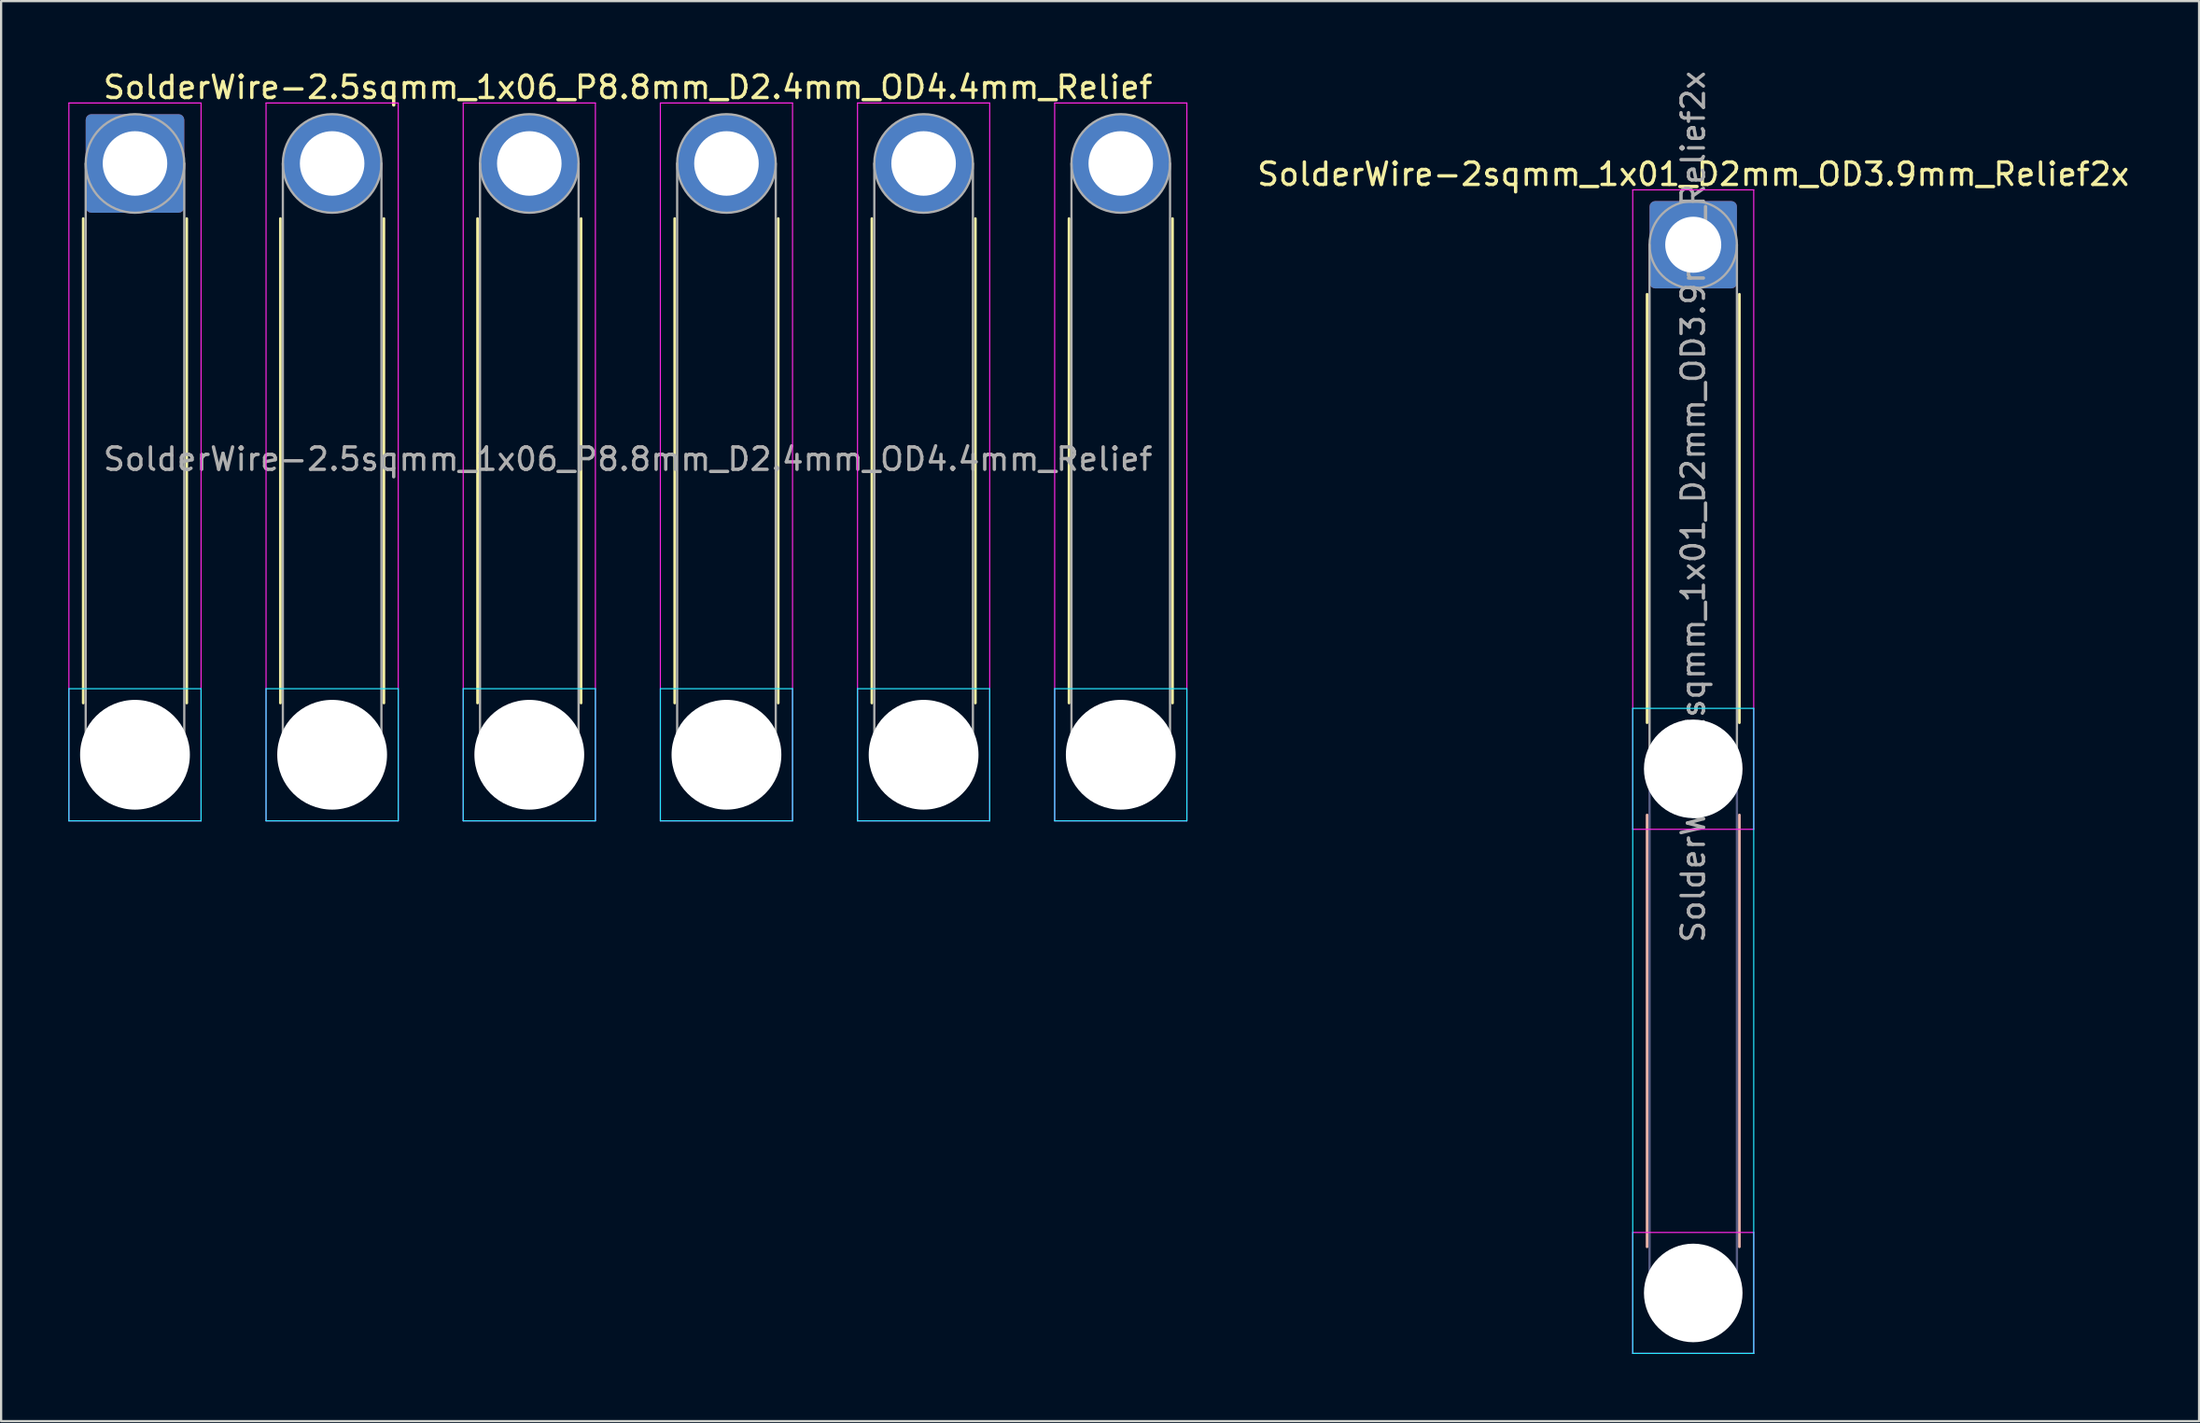
<source format=kicad_pcb>
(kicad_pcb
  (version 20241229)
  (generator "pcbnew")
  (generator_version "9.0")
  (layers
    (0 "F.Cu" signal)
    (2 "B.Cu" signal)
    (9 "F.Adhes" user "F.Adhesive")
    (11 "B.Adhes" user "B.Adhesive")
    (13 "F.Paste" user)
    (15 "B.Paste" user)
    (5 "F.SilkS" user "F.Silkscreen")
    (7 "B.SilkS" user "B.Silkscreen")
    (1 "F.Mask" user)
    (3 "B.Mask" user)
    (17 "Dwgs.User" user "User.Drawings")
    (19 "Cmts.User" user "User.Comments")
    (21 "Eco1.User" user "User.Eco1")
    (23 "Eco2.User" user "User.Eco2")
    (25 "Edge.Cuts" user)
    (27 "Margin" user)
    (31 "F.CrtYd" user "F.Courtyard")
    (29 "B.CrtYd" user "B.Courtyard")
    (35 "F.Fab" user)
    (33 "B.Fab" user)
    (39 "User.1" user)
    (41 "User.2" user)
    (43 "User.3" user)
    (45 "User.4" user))
  (footprint "SolderWire-2sqmm_1x01_D2mm_OD3.9mm_Relief2x"
    (layer "F.Cu")
    (at 72.527 7.877)
    (property "Reference" "SolderWire-2sqmm_1x01_D2mm_OD3.9mm_Relief2x" (at 0 -3.15 0) (layer "F.SilkS") (effects (font (size 1 1) (thickness 0.15))))
    (attr exclude_from_pos_files exclude_from_bom)
    (fp_line (start -2.06 2.21) (end -2.06 21.34) (stroke (width 0.12) (type solid)) (layer "F.SilkS"))
    (fp_line (start 2.06 2.21) (end 2.06 21.34) (stroke (width 0.12) (type solid)) (layer "F.SilkS"))
    (fp_line (start -2.06 25.46) (end -2.06 44.74) (stroke (width 0.12) (type solid)) (layer "B.SilkS"))
    (fp_line (start 2.06 25.46) (end 2.06 44.74) (stroke (width 0.12) (type solid)) (layer "B.SilkS"))
    (fp_line (start -2.7 20.7) (end -2.7 49.5) (stroke (width 0.05) (type solid)) (layer "B.CrtYd"))
    (fp_line (start -2.7 49.5) (end 2.7 49.5) (stroke (width 0.05) (type solid)) (layer "B.CrtYd"))
    (fp_line (start 2.7 20.7) (end -2.7 20.7) (stroke (width 0.05) (type solid)) (layer "B.CrtYd"))
    (fp_line (start 2.7 49.5) (end 2.7 20.7) (stroke (width 0.05) (type solid)) (layer "B.CrtYd"))
    (fp_line (start -2.7 -2.45) (end -2.7 26.1) (stroke (width 0.05) (type solid)) (layer "F.CrtYd"))
    (fp_line (start -2.7 26.1) (end 2.7 26.1) (stroke (width 0.05) (type solid)) (layer "F.CrtYd"))
    (fp_line (start -2.7 44.1) (end -2.7 49.5) (stroke (width 0.05) (type solid)) (layer "F.CrtYd"))
    (fp_line (start -2.7 49.5) (end 2.7 49.5) (stroke (width 0.05) (type solid)) (layer "F.CrtYd"))
    (fp_line (start 2.7 -2.45) (end -2.7 -2.45) (stroke (width 0.05) (type solid)) (layer "F.CrtYd"))
    (fp_line (start 2.7 26.1) (end 2.7 -2.45) (stroke (width 0.05) (type solid)) (layer "F.CrtYd"))
    (fp_line (start 2.7 44.1) (end -2.7 44.1) (stroke (width 0.05) (type solid)) (layer "F.CrtYd"))
    (fp_line (start 2.7 49.5) (end 2.7 44.1) (stroke (width 0.05) (type solid)) (layer "F.CrtYd"))
    (fp_line (start -1.95 23.4) (end -1.95 46.8) (stroke (width 0.1) (type solid)) (layer "B.Fab"))
    (fp_line (start 1.95 23.4) (end 1.95 46.8) (stroke (width 0.1) (type solid)) (layer "B.Fab"))
    (fp_circle (center 0 23.4) (end 1.95 23.4) (stroke (width 0.1) (type solid)) (fill no) (layer "B.Fab"))
    (fp_circle (center 0 46.8) (end 1.95 46.8) (stroke (width 0.1) (type solid)) (fill no) (layer "B.Fab"))
    (fp_line (start -1.95 0) (end -1.95 23.4) (stroke (width 0.1) (type solid)) (layer "F.Fab"))
    (fp_line (start 1.95 0) (end 1.95 23.4) (stroke (width 0.1) (type solid)) (layer "F.Fab"))
    (fp_circle (center 0 0) (end 1.95 0) (stroke (width 0.1) (type solid)) (fill no) (layer "F.Fab"))
    (fp_circle (center 0 23.4) (end 1.95 23.4) (stroke (width 0.1) (type solid)) (fill no) (layer "F.Fab"))
    (fp_circle (center 0 46.8) (end 1.95 46.8) (stroke (width 0.1) (type solid)) (fill no) (layer "F.Fab"))
    (fp_text user "${REFERENCE}" (at 0 11.7 90) (layer "F.Fab") (effects (font (size 1 1) (thickness 0.15))))
    (pad "" np_thru_hole circle (at 0 23.4) (size 4.4 4.4) (drill 4.4) (layers "*.Cu" "*.Mask"))
    (pad "" np_thru_hole circle (at 0 46.8) (size 4.4 4.4) (drill 4.4) (layers "*.Cu" "*.Mask"))
    (pad "1" thru_hole roundrect (at 0 0) (size 3.9 3.9) (drill 2.5) (layers "*.Cu" "*.Mask") (roundrect_rratio 0.064)))
  (footprint "SolderWire-2.5sqmm_1x06_P8.8mm_D2.4mm_OD4.4mm_Relief"
    (layer "F.Cu")
    (at 2.975 4.248)
    (property "Reference" "SolderWire-2.5sqmm_1x06_P8.8mm_D2.4mm_OD4.4mm_Relief" (at 22 -3.4 0) (layer "F.SilkS") (effects (font (size 1 1) (thickness 0.15))))
    (attr exclude_from_pos_files exclude_from_bom)
    (fp_line (start -2.31 2.46) (end -2.31 24.09) (stroke (width 0.12) (type solid)) (layer "F.SilkS"))
    (fp_line (start 2.31 2.46) (end 2.31 24.09) (stroke (width 0.12) (type solid)) (layer "F.SilkS"))
    (fp_line (start 6.49 2.46) (end 6.49 24.09) (stroke (width 0.12) (type solid)) (layer "F.SilkS"))
    (fp_line (start 11.11 2.46) (end 11.11 24.09) (stroke (width 0.12) (type solid)) (layer "F.SilkS"))
    (fp_line (start 15.29 2.46) (end 15.29 24.09) (stroke (width 0.12) (type solid)) (layer "F.SilkS"))
    (fp_line (start 19.91 2.46) (end 19.91 24.09) (stroke (width 0.12) (type solid)) (layer "F.SilkS"))
    (fp_line (start 24.09 2.46) (end 24.09 24.09) (stroke (width 0.12) (type solid)) (layer "F.SilkS"))
    (fp_line (start 28.71 2.46) (end 28.71 24.09) (stroke (width 0.12) (type solid)) (layer "F.SilkS"))
    (fp_line (start 32.89 2.46) (end 32.89 24.09) (stroke (width 0.12) (type solid)) (layer "F.SilkS"))
    (fp_line (start 37.51 2.46) (end 37.51 24.09) (stroke (width 0.12) (type solid)) (layer "F.SilkS"))
    (fp_line (start 41.69 2.46) (end 41.69 24.09) (stroke (width 0.12) (type solid)) (layer "F.SilkS"))
    (fp_line (start 46.31 2.46) (end 46.31 24.09) (stroke (width 0.12) (type solid)) (layer "F.SilkS"))
    (fp_line (start -2.95 23.45) (end -2.95 29.35) (stroke (width 0.05) (type solid)) (layer "B.CrtYd"))
    (fp_line (start -2.95 29.35) (end 2.95 29.35) (stroke (width 0.05) (type solid)) (layer "B.CrtYd"))
    (fp_line (start 2.95 23.45) (end -2.95 23.45) (stroke (width 0.05) (type solid)) (layer "B.CrtYd"))
    (fp_line (start 2.95 29.35) (end 2.95 23.45) (stroke (width 0.05) (type solid)) (layer "B.CrtYd"))
    (fp_line (start 5.85 23.45) (end 5.85 29.35) (stroke (width 0.05) (type solid)) (layer "B.CrtYd"))
    (fp_line (start 5.85 29.35) (end 11.75 29.35) (stroke (width 0.05) (type solid)) (layer "B.CrtYd"))
    (fp_line (start 11.75 23.45) (end 5.85 23.45) (stroke (width 0.05) (type solid)) (layer "B.CrtYd"))
    (fp_line (start 11.75 29.35) (end 11.75 23.45) (stroke (width 0.05) (type solid)) (layer "B.CrtYd"))
    (fp_line (start 14.65 23.45) (end 14.65 29.35) (stroke (width 0.05) (type solid)) (layer "B.CrtYd"))
    (fp_line (start 14.65 29.35) (end 20.55 29.35) (stroke (width 0.05) (type solid)) (layer "B.CrtYd"))
    (fp_line (start 20.55 23.45) (end 14.65 23.45) (stroke (width 0.05) (type solid)) (layer "B.CrtYd"))
    (fp_line (start 20.55 29.35) (end 20.55 23.45) (stroke (width 0.05) (type solid)) (layer "B.CrtYd"))
    (fp_line (start 23.45 23.45) (end 23.45 29.35) (stroke (width 0.05) (type solid)) (layer "B.CrtYd"))
    (fp_line (start 23.45 29.35) (end 29.35 29.35) (stroke (width 0.05) (type solid)) (layer "B.CrtYd"))
    (fp_line (start 29.35 23.45) (end 23.45 23.45) (stroke (width 0.05) (type solid)) (layer "B.CrtYd"))
    (fp_line (start 29.35 29.35) (end 29.35 23.45) (stroke (width 0.05) (type solid)) (layer "B.CrtYd"))
    (fp_line (start 32.25 23.45) (end 32.25 29.35) (stroke (width 0.05) (type solid)) (layer "B.CrtYd"))
    (fp_line (start 32.25 29.35) (end 38.15 29.35) (stroke (width 0.05) (type solid)) (layer "B.CrtYd"))
    (fp_line (start 38.15 23.45) (end 32.25 23.45) (stroke (width 0.05) (type solid)) (layer "B.CrtYd"))
    (fp_line (start 38.15 29.35) (end 38.15 23.45) (stroke (width 0.05) (type solid)) (layer "B.CrtYd"))
    (fp_line (start 41.05 23.45) (end 41.05 29.35) (stroke (width 0.05) (type solid)) (layer "B.CrtYd"))
    (fp_line (start 41.05 29.35) (end 46.95 29.35) (stroke (width 0.05) (type solid)) (layer "B.CrtYd"))
    (fp_line (start 46.95 23.45) (end 41.05 23.45) (stroke (width 0.05) (type solid)) (layer "B.CrtYd"))
    (fp_line (start 46.95 29.35) (end 46.95 23.45) (stroke (width 0.05) (type solid)) (layer "B.CrtYd"))
    (fp_line (start -2.95 -2.7) (end -2.95 29.35) (stroke (width 0.05) (type solid)) (layer "F.CrtYd"))
    (fp_line (start -2.95 29.35) (end 2.95 29.35) (stroke (width 0.05) (type solid)) (layer "F.CrtYd"))
    (fp_line (start 2.95 -2.7) (end -2.95 -2.7) (stroke (width 0.05) (type solid)) (layer "F.CrtYd"))
    (fp_line (start 2.95 29.35) (end 2.95 -2.7) (stroke (width 0.05) (type solid)) (layer "F.CrtYd"))
    (fp_line (start 5.85 -2.7) (end 5.85 29.35) (stroke (width 0.05) (type solid)) (layer "F.CrtYd"))
    (fp_line (start 5.85 29.35) (end 11.75 29.35) (stroke (width 0.05) (type solid)) (layer "F.CrtYd"))
    (fp_line (start 11.75 -2.7) (end 5.85 -2.7) (stroke (width 0.05) (type solid)) (layer "F.CrtYd"))
    (fp_line (start 11.75 29.35) (end 11.75 -2.7) (stroke (width 0.05) (type solid)) (layer "F.CrtYd"))
    (fp_line (start 14.65 -2.7) (end 14.65 29.35) (stroke (width 0.05) (type solid)) (layer "F.CrtYd"))
    (fp_line (start 14.65 29.35) (end 20.55 29.35) (stroke (width 0.05) (type solid)) (layer "F.CrtYd"))
    (fp_line (start 20.55 -2.7) (end 14.65 -2.7) (stroke (width 0.05) (type solid)) (layer "F.CrtYd"))
    (fp_line (start 20.55 29.35) (end 20.55 -2.7) (stroke (width 0.05) (type solid)) (layer "F.CrtYd"))
    (fp_line (start 23.45 -2.7) (end 23.45 29.35) (stroke (width 0.05) (type solid)) (layer "F.CrtYd"))
    (fp_line (start 23.45 29.35) (end 29.35 29.35) (stroke (width 0.05) (type solid)) (layer "F.CrtYd"))
    (fp_line (start 29.35 -2.7) (end 23.45 -2.7) (stroke (width 0.05) (type solid)) (layer "F.CrtYd"))
    (fp_line (start 29.35 29.35) (end 29.35 -2.7) (stroke (width 0.05) (type solid)) (layer "F.CrtYd"))
    (fp_line (start 32.25 -2.7) (end 32.25 29.35) (stroke (width 0.05) (type solid)) (layer "F.CrtYd"))
    (fp_line (start 32.25 29.35) (end 38.15 29.35) (stroke (width 0.05) (type solid)) (layer "F.CrtYd"))
    (fp_line (start 38.15 -2.7) (end 32.25 -2.7) (stroke (width 0.05) (type solid)) (layer "F.CrtYd"))
    (fp_line (start 38.15 29.35) (end 38.15 -2.7) (stroke (width 0.05) (type solid)) (layer "F.CrtYd"))
    (fp_line (start 41.05 -2.7) (end 41.05 29.35) (stroke (width 0.05) (type solid)) (layer "F.CrtYd"))
    (fp_line (start 41.05 29.35) (end 46.95 29.35) (stroke (width 0.05) (type solid)) (layer "F.CrtYd"))
    (fp_line (start 46.95 -2.7) (end 41.05 -2.7) (stroke (width 0.05) (type solid)) (layer "F.CrtYd"))
    (fp_line (start 46.95 29.35) (end 46.95 -2.7) (stroke (width 0.05) (type solid)) (layer "F.CrtYd"))
    (fp_line (start -2.2 0) (end -2.2 26.4) (stroke (width 0.1) (type solid)) (layer "F.Fab"))
    (fp_line (start 2.2 0) (end 2.2 26.4) (stroke (width 0.1) (type solid)) (layer "F.Fab"))
    (fp_line (start 6.6 0) (end 6.6 26.4) (stroke (width 0.1) (type solid)) (layer "F.Fab"))
    (fp_line (start 11 0) (end 11 26.4) (stroke (width 0.1) (type solid)) (layer "F.Fab"))
    (fp_line (start 15.4 0) (end 15.4 26.4) (stroke (width 0.1) (type solid)) (layer "F.Fab"))
    (fp_line (start 19.8 0) (end 19.8 26.4) (stroke (width 0.1) (type solid)) (layer "F.Fab"))
    (fp_line (start 24.2 0) (end 24.2 26.4) (stroke (width 0.1) (type solid)) (layer "F.Fab"))
    (fp_line (start 28.6 0) (end 28.6 26.4) (stroke (width 0.1) (type solid)) (layer "F.Fab"))
    (fp_line (start 33 0) (end 33 26.4) (stroke (width 0.1) (type solid)) (layer "F.Fab"))
    (fp_line (start 37.4 0) (end 37.4 26.4) (stroke (width 0.1) (type solid)) (layer "F.Fab"))
    (fp_line (start 41.8 0) (end 41.8 26.4) (stroke (width 0.1) (type solid)) (layer "F.Fab"))
    (fp_line (start 46.2 0) (end 46.2 26.4) (stroke (width 0.1) (type solid)) (layer "F.Fab"))
    (fp_circle (center 0 0) (end 2.2 0) (stroke (width 0.1) (type solid)) (fill no) (layer "F.Fab"))
    (fp_circle (center 0 26.4) (end 2.2 26.4) (stroke (width 0.1) (type solid)) (fill no) (layer "F.Fab"))
    (fp_circle (center 8.8 0) (end 11 0) (stroke (width 0.1) (type solid)) (fill no) (layer "F.Fab"))
    (fp_circle (center 8.8 26.4) (end 11 26.4) (stroke (width 0.1) (type solid)) (fill no) (layer "F.Fab"))
    (fp_circle (center 17.6 0) (end 19.8 0) (stroke (width 0.1) (type solid)) (fill no) (layer "F.Fab"))
    (fp_circle (center 17.6 26.4) (end 19.8 26.4) (stroke (width 0.1) (type solid)) (fill no) (layer "F.Fab"))
    (fp_circle (center 26.4 0) (end 28.6 0) (stroke (width 0.1) (type solid)) (fill no) (layer "F.Fab"))
    (fp_circle (center 26.4 26.4) (end 28.6 26.4) (stroke (width 0.1) (type solid)) (fill no) (layer "F.Fab"))
    (fp_circle (center 35.2 0) (end 37.4 0) (stroke (width 0.1) (type solid)) (fill no) (layer "F.Fab"))
    (fp_circle (center 35.2 26.4) (end 37.4 26.4) (stroke (width 0.1) (type solid)) (fill no) (layer "F.Fab"))
    (fp_circle (center 44 0) (end 46.2 0) (stroke (width 0.1) (type solid)) (fill no) (layer "F.Fab"))
    (fp_circle (center 44 26.4) (end 46.2 26.4) (stroke (width 0.1) (type solid)) (fill no) (layer "F.Fab"))
    (fp_text user "${REFERENCE}" (at 22 13.2 0) (layer "F.Fab") (effects (font (size 1 1) (thickness 0.15))))
    (pad "" np_thru_hole circle (at 0 26.4) (size 4.9 4.9) (drill 4.9) (layers "*.Cu" "*.Mask"))
    (pad "" np_thru_hole circle (at 8.8 26.4) (size 4.9 4.9) (drill 4.9) (layers "*.Cu" "*.Mask"))
    (pad "" np_thru_hole circle (at 17.6 26.4) (size 4.9 4.9) (drill 4.9) (layers "*.Cu" "*.Mask"))
    (pad "" np_thru_hole circle (at 26.4 26.4) (size 4.9 4.9) (drill 4.9) (layers "*.Cu" "*.Mask"))
    (pad "" np_thru_hole circle (at 35.2 26.4) (size 4.9 4.9) (drill 4.9) (layers "*.Cu" "*.Mask"))
    (pad "" np_thru_hole circle (at 44 26.4) (size 4.9 4.9) (drill 4.9) (layers "*.Cu" "*.Mask"))
    (pad "1" thru_hole roundrect (at 0 0) (size 4.4 4.4) (drill 2.88) (layers "*.Cu" "*.Mask") (roundrect_rratio 0.057))
    (pad "2" thru_hole circle (at 8.8 0) (size 4.4 4.4) (drill 2.88) (layers "*.Cu" "*.Mask"))
    (pad "3" thru_hole circle (at 17.6 0) (size 4.4 4.4) (drill 2.88) (layers "*.Cu" "*.Mask"))
    (pad "4" thru_hole circle (at 26.4 0) (size 4.4 4.4) (drill 2.88) (layers "*.Cu" "*.Mask"))
    (pad "5" thru_hole circle (at 35.2 0) (size 4.4 4.4) (drill 2.88) (layers "*.Cu" "*.Mask"))
    (pad "6" thru_hole circle (at 44 0) (size 4.4 4.4) (drill 2.88) (layers "*.Cu" "*.Mask")))
  (gr_rect
    (start -3 -3)
    (end 95.105 60.402)
    (stroke (width 0.1) (type default))
    (fill no)
    (layer "Edge.Cuts")))
</source>
